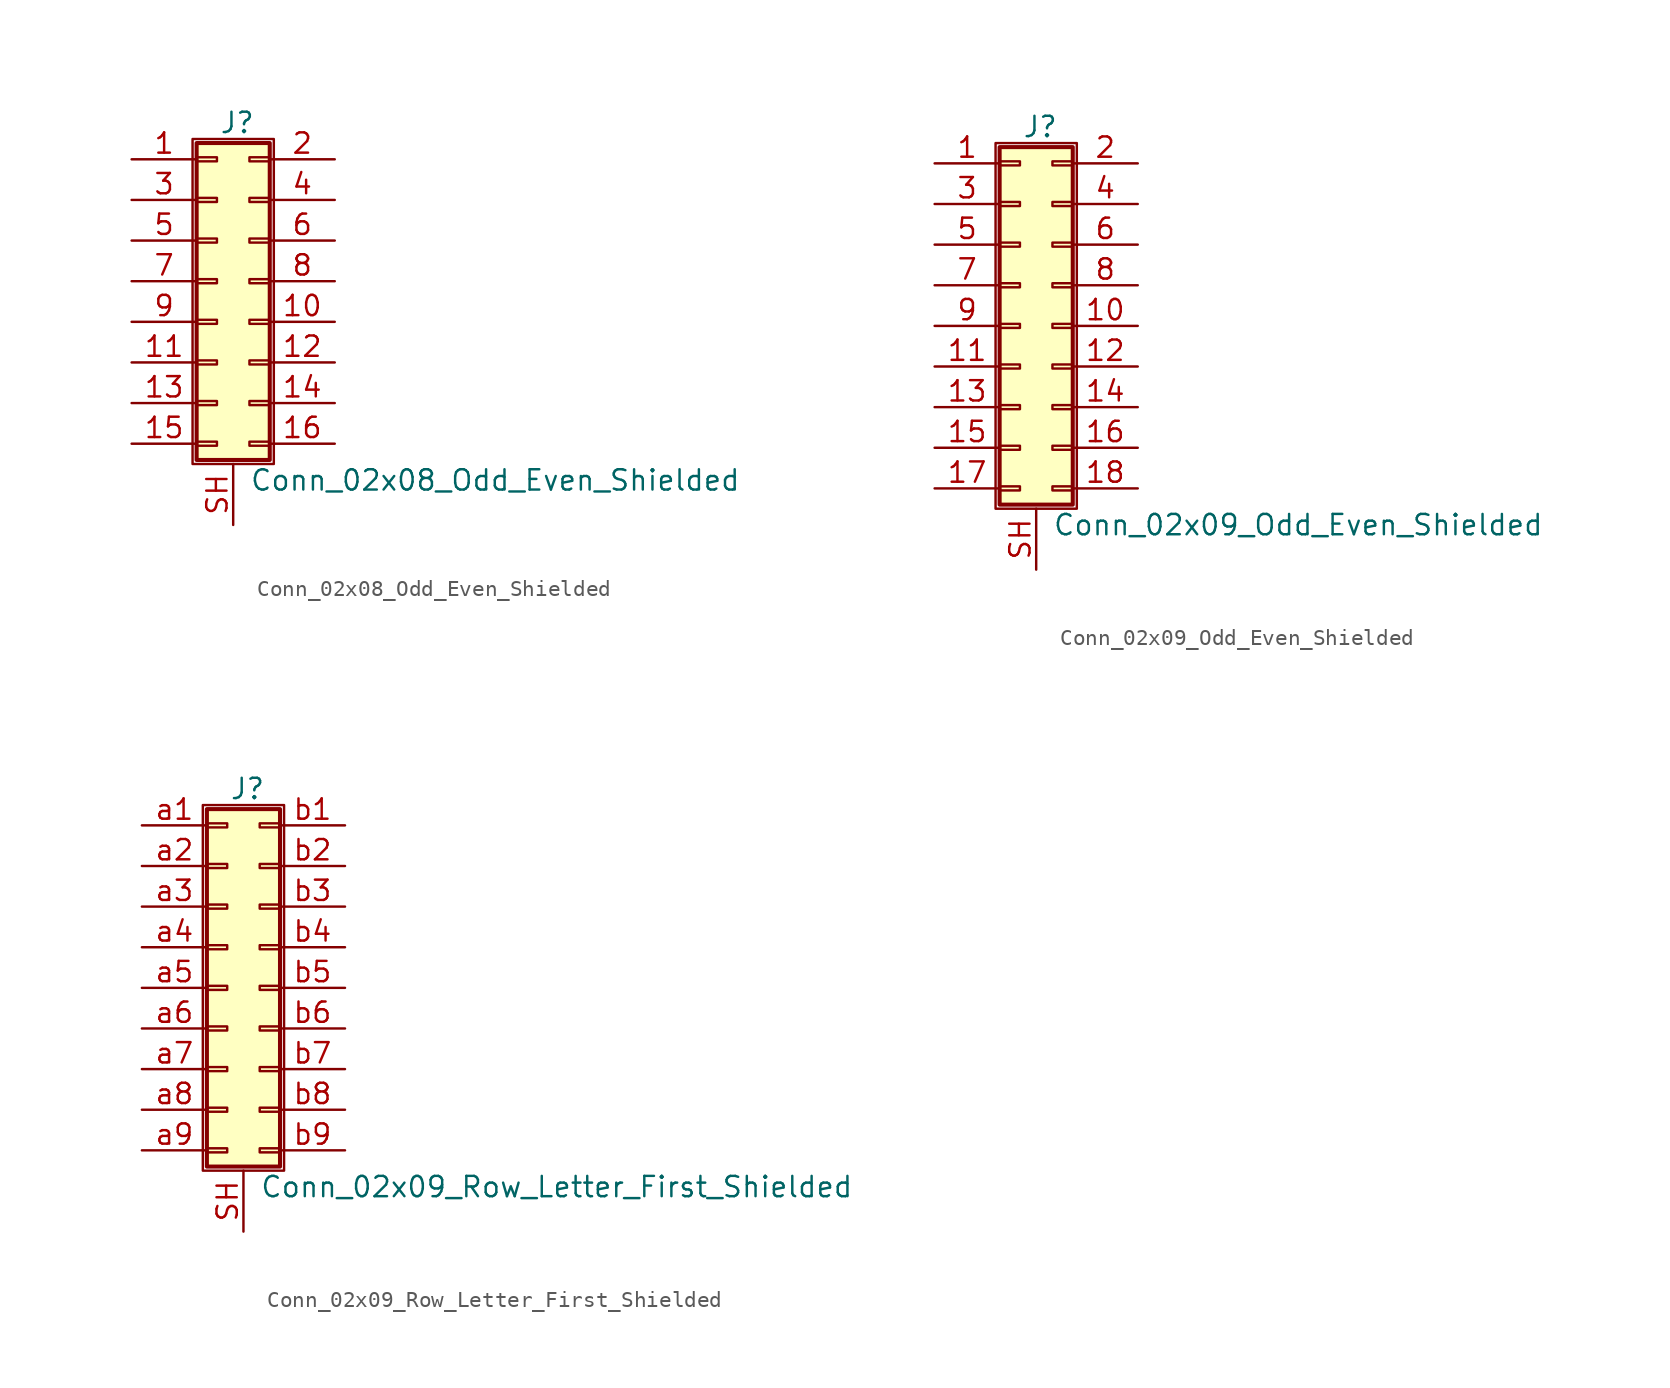
<source format=kicad_sym>
(kicad_symbol_lib
  (version 20220914)
  (generator kicad_symbol_editor)
  (symbol "Conn_02x08_Odd_Even_Shielded"
    (pin_names
      (offset 1.016) hide)
    (property "Reference" "J"
      (at 1.524 9.906 0)
      (effects (font (size 1.27 1.27))))
    (property "Value" "Conn_02x08_Odd_Even_Shielded"
      (at 2.286 -12.446 0)
      (effects (font (size 1.27 1.27)) (justify left)))
    (symbol "Conn_02x08_Odd_Even_Shielded_1_1"
      (rectangle (start -1.27 8.89) (end 3.81 -11.43) (stroke (width 0.152) (type default)) (fill (type none)))
      (rectangle (start -1.016 -10.033) (end 0.254 -10.287) (stroke (width 0.152) (type default)) (fill (type none)))
      (rectangle (start -1.016 -7.493) (end 0.254 -7.747) (stroke (width 0.152) (type default)) (fill (type none)))
      (rectangle (start -1.016 -4.953) (end 0.254 -5.207) (stroke (width 0.152) (type default)) (fill (type none)))
      (rectangle (start -1.016 -2.413) (end 0.254 -2.667) (stroke (width 0.152) (type default)) (fill (type none)))
      (rectangle (start -1.016 0.127) (end 0.254 -0.127) (stroke (width 0.152) (type default)) (fill (type none)))
      (rectangle (start -1.016 2.667) (end 0.254 2.413) (stroke (width 0.152) (type default)) (fill (type none)))
      (rectangle (start -1.016 5.207) (end 0.254 4.953) (stroke (width 0.152) (type default)) (fill (type none)))
      (rectangle (start -1.016 7.747) (end 0.254 7.493) (stroke (width 0.152) (type default)) (fill (type none)))
      (rectangle (start -1.016 8.636) (end 3.556 -11.176) (stroke (width 0.254) (type default)) (fill (type background)))
      (rectangle (start 3.556 -10.033) (end 2.286 -10.287) (stroke (width 0.152) (type default)) (fill (type none)))
      (rectangle (start 3.556 -7.493) (end 2.286 -7.747) (stroke (width 0.152) (type default)) (fill (type none)))
      (rectangle (start 3.556 -4.953) (end 2.286 -5.207) (stroke (width 0.152) (type default)) (fill (type none)))
      (rectangle (start 3.556 -2.413) (end 2.286 -2.667) (stroke (width 0.152) (type default)) (fill (type none)))
      (rectangle (start 3.556 0.127) (end 2.286 -0.127) (stroke (width 0.152) (type default)) (fill (type none)))
      (rectangle (start 3.556 2.667) (end 2.286 2.413) (stroke (width 0.152) (type default)) (fill (type none)))
      (rectangle (start 3.556 5.207) (end 2.286 4.953) (stroke (width 0.152) (type default)) (fill (type none)))
      (rectangle (start 3.556 7.747) (end 2.286 7.493) (stroke (width 0.152) (type default)) (fill (type none)))
      (pin passive line (at -5.08 7.62 0) (length 4.064) (name "Pin_1" (effects (font (size 1.27 1.27)))) (number "1" (effects (font (size 1.27 1.27)))))
      (pin passive line (at 7.62 -2.54 180) (length 4.064) (name "Pin_10" (effects (font (size 1.27 1.27)))) (number "10" (effects (font (size 1.27 1.27)))))
      (pin passive line (at -5.08 -5.08 0) (length 4.064) (name "Pin_11" (effects (font (size 1.27 1.27)))) (number "11" (effects (font (size 1.27 1.27)))))
      (pin passive line (at 7.62 -5.08 180) (length 4.064) (name "Pin_12" (effects (font (size 1.27 1.27)))) (number "12" (effects (font (size 1.27 1.27)))))
      (pin passive line (at -5.08 -7.62 0) (length 4.064) (name "Pin_13" (effects (font (size 1.27 1.27)))) (number "13" (effects (font (size 1.27 1.27)))))
      (pin passive line (at 7.62 -7.62 180) (length 4.064) (name "Pin_14" (effects (font (size 1.27 1.27)))) (number "14" (effects (font (size 1.27 1.27)))))
      (pin passive line (at -5.08 -10.16 0) (length 4.064) (name "Pin_15" (effects (font (size 1.27 1.27)))) (number "15" (effects (font (size 1.27 1.27)))))
      (pin passive line (at 7.62 -10.16 180) (length 4.064) (name "Pin_16" (effects (font (size 1.27 1.27)))) (number "16" (effects (font (size 1.27 1.27)))))
      (pin passive line (at 7.62 7.62 180) (length 4.064) (name "Pin_2" (effects (font (size 1.27 1.27)))) (number "2" (effects (font (size 1.27 1.27)))))
      (pin passive line (at -5.08 5.08 0) (length 4.064) (name "Pin_3" (effects (font (size 1.27 1.27)))) (number "3" (effects (font (size 1.27 1.27)))))
      (pin passive line (at 7.62 5.08 180) (length 4.064) (name "Pin_4" (effects (font (size 1.27 1.27)))) (number "4" (effects (font (size 1.27 1.27)))))
      (pin passive line (at -5.08 2.54 0) (length 4.064) (name "Pin_5" (effects (font (size 1.27 1.27)))) (number "5" (effects (font (size 1.27 1.27)))))
      (pin passive line (at 7.62 2.54 180) (length 4.064) (name "Pin_6" (effects (font (size 1.27 1.27)))) (number "6" (effects (font (size 1.27 1.27)))))
      (pin passive line (at -5.08 0 0) (length 4.064) (name "Pin_7" (effects (font (size 1.27 1.27)))) (number "7" (effects (font (size 1.27 1.27)))))
      (pin passive line (at 7.62 0 180) (length 4.064) (name "Pin_8" (effects (font (size 1.27 1.27)))) (number "8" (effects (font (size 1.27 1.27)))))
      (pin passive line (at -5.08 -2.54 0) (length 4.064) (name "Pin_9" (effects (font (size 1.27 1.27)))) (number "9" (effects (font (size 1.27 1.27)))))
      (pin passive line (at 1.27 -15.24 90) (length 3.81) (name "Shield" (effects (font (size 1.27 1.27)))) (number "SH" (effects (font (size 1.27 1.27)))))))
  (symbol "Conn_02x09_Odd_Even_Shielded"
    (pin_names
      (offset 1.016) hide)
    (property "Reference" "J"
      (at 1.524 12.446 0)
      (effects (font (size 1.27 1.27))))
    (property "Value" "Conn_02x09_Odd_Even_Shielded"
      (at 2.286 -12.446 0)
      (effects (font (size 1.27 1.27)) (justify left)))
    (symbol "Conn_02x09_Odd_Even_Shielded_1_1"
      (rectangle (start -1.27 11.43) (end 3.81 -11.43) (stroke (width 0.152) (type default)) (fill (type none)))
      (rectangle (start -1.016 -10.033) (end 0.254 -10.287) (stroke (width 0.152) (type default)) (fill (type none)))
      (rectangle (start -1.016 -7.493) (end 0.254 -7.747) (stroke (width 0.152) (type default)) (fill (type none)))
      (rectangle (start -1.016 -4.953) (end 0.254 -5.207) (stroke (width 0.152) (type default)) (fill (type none)))
      (rectangle (start -1.016 -2.413) (end 0.254 -2.667) (stroke (width 0.152) (type default)) (fill (type none)))
      (rectangle (start -1.016 0.127) (end 0.254 -0.127) (stroke (width 0.152) (type default)) (fill (type none)))
      (rectangle (start -1.016 2.667) (end 0.254 2.413) (stroke (width 0.152) (type default)) (fill (type none)))
      (rectangle (start -1.016 5.207) (end 0.254 4.953) (stroke (width 0.152) (type default)) (fill (type none)))
      (rectangle (start -1.016 7.747) (end 0.254 7.493) (stroke (width 0.152) (type default)) (fill (type none)))
      (rectangle (start -1.016 10.287) (end 0.254 10.033) (stroke (width 0.152) (type default)) (fill (type none)))
      (rectangle (start -1.016 11.176) (end 3.556 -11.176) (stroke (width 0.254) (type default)) (fill (type background)))
      (rectangle (start 3.556 -10.033) (end 2.286 -10.287) (stroke (width 0.152) (type default)) (fill (type none)))
      (rectangle (start 3.556 -7.493) (end 2.286 -7.747) (stroke (width 0.152) (type default)) (fill (type none)))
      (rectangle (start 3.556 -4.953) (end 2.286 -5.207) (stroke (width 0.152) (type default)) (fill (type none)))
      (rectangle (start 3.556 -2.413) (end 2.286 -2.667) (stroke (width 0.152) (type default)) (fill (type none)))
      (rectangle (start 3.556 0.127) (end 2.286 -0.127) (stroke (width 0.152) (type default)) (fill (type none)))
      (rectangle (start 3.556 2.667) (end 2.286 2.413) (stroke (width 0.152) (type default)) (fill (type none)))
      (rectangle (start 3.556 5.207) (end 2.286 4.953) (stroke (width 0.152) (type default)) (fill (type none)))
      (rectangle (start 3.556 7.747) (end 2.286 7.493) (stroke (width 0.152) (type default)) (fill (type none)))
      (rectangle (start 3.556 10.287) (end 2.286 10.033) (stroke (width 0.152) (type default)) (fill (type none)))
      (pin passive line (at -5.08 10.16 0) (length 4.064) (name "Pin_1" (effects (font (size 1.27 1.27)))) (number "1" (effects (font (size 1.27 1.27)))))
      (pin passive line (at 7.62 0 180) (length 4.064) (name "Pin_10" (effects (font (size 1.27 1.27)))) (number "10" (effects (font (size 1.27 1.27)))))
      (pin passive line (at -5.08 -2.54 0) (length 4.064) (name "Pin_11" (effects (font (size 1.27 1.27)))) (number "11" (effects (font (size 1.27 1.27)))))
      (pin passive line (at 7.62 -2.54 180) (length 4.064) (name "Pin_12" (effects (font (size 1.27 1.27)))) (number "12" (effects (font (size 1.27 1.27)))))
      (pin passive line (at -5.08 -5.08 0) (length 4.064) (name "Pin_13" (effects (font (size 1.27 1.27)))) (number "13" (effects (font (size 1.27 1.27)))))
      (pin passive line (at 7.62 -5.08 180) (length 4.064) (name "Pin_14" (effects (font (size 1.27 1.27)))) (number "14" (effects (font (size 1.27 1.27)))))
      (pin passive line (at -5.08 -7.62 0) (length 4.064) (name "Pin_15" (effects (font (size 1.27 1.27)))) (number "15" (effects (font (size 1.27 1.27)))))
      (pin passive line (at 7.62 -7.62 180) (length 4.064) (name "Pin_16" (effects (font (size 1.27 1.27)))) (number "16" (effects (font (size 1.27 1.27)))))
      (pin passive line (at -5.08 -10.16 0) (length 4.064) (name "Pin_17" (effects (font (size 1.27 1.27)))) (number "17" (effects (font (size 1.27 1.27)))))
      (pin passive line (at 7.62 -10.16 180) (length 4.064) (name "Pin_18" (effects (font (size 1.27 1.27)))) (number "18" (effects (font (size 1.27 1.27)))))
      (pin passive line (at 7.62 10.16 180) (length 4.064) (name "Pin_2" (effects (font (size 1.27 1.27)))) (number "2" (effects (font (size 1.27 1.27)))))
      (pin passive line (at -5.08 7.62 0) (length 4.064) (name "Pin_3" (effects (font (size 1.27 1.27)))) (number "3" (effects (font (size 1.27 1.27)))))
      (pin passive line (at 7.62 7.62 180) (length 4.064) (name "Pin_4" (effects (font (size 1.27 1.27)))) (number "4" (effects (font (size 1.27 1.27)))))
      (pin passive line (at -5.08 5.08 0) (length 4.064) (name "Pin_5" (effects (font (size 1.27 1.27)))) (number "5" (effects (font (size 1.27 1.27)))))
      (pin passive line (at 7.62 5.08 180) (length 4.064) (name "Pin_6" (effects (font (size 1.27 1.27)))) (number "6" (effects (font (size 1.27 1.27)))))
      (pin passive line (at -5.08 2.54 0) (length 4.064) (name "Pin_7" (effects (font (size 1.27 1.27)))) (number "7" (effects (font (size 1.27 1.27)))))
      (pin passive line (at 7.62 2.54 180) (length 4.064) (name "Pin_8" (effects (font (size 1.27 1.27)))) (number "8" (effects (font (size 1.27 1.27)))))
      (pin passive line (at -5.08 0 0) (length 4.064) (name "Pin_9" (effects (font (size 1.27 1.27)))) (number "9" (effects (font (size 1.27 1.27)))))
      (pin passive line (at 1.27 -15.24 90) (length 3.81) (name "Shield" (effects (font (size 1.27 1.27)))) (number "SH" (effects (font (size 1.27 1.27)))))))
  (symbol "Conn_02x09_Row_Letter_First_Shielded"
    (pin_names
      (offset 1.016) hide)
    (property "Reference" "J"
      (at 1.524 12.446 0)
      (effects (font (size 1.27 1.27))))
    (property "Value" "Conn_02x09_Row_Letter_First_Shielded"
      (at 2.286 -12.446 0)
      (effects (font (size 1.27 1.27)) (justify left)))
    (symbol "Conn_02x09_Row_Letter_First_Shielded_1_1"
      (rectangle (start -1.27 11.43) (end 3.81 -11.43) (stroke (width 0.152) (type default)) (fill (type none)))
      (rectangle (start -1.016 -10.033) (end 0.254 -10.287) (stroke (width 0.152) (type default)) (fill (type none)))
      (rectangle (start -1.016 -7.493) (end 0.254 -7.747) (stroke (width 0.152) (type default)) (fill (type none)))
      (rectangle (start -1.016 -4.953) (end 0.254 -5.207) (stroke (width 0.152) (type default)) (fill (type none)))
      (rectangle (start -1.016 -2.413) (end 0.254 -2.667) (stroke (width 0.152) (type default)) (fill (type none)))
      (rectangle (start -1.016 0.127) (end 0.254 -0.127) (stroke (width 0.152) (type default)) (fill (type none)))
      (rectangle (start -1.016 2.667) (end 0.254 2.413) (stroke (width 0.152) (type default)) (fill (type none)))
      (rectangle (start -1.016 5.207) (end 0.254 4.953) (stroke (width 0.152) (type default)) (fill (type none)))
      (rectangle (start -1.016 7.747) (end 0.254 7.493) (stroke (width 0.152) (type default)) (fill (type none)))
      (rectangle (start -1.016 10.287) (end 0.254 10.033) (stroke (width 0.152) (type default)) (fill (type none)))
      (rectangle (start -1.016 11.176) (end 3.556 -11.176) (stroke (width 0.254) (type default)) (fill (type background)))
      (rectangle (start 3.556 -10.033) (end 2.286 -10.287) (stroke (width 0.152) (type default)) (fill (type none)))
      (rectangle (start 3.556 -7.493) (end 2.286 -7.747) (stroke (width 0.152) (type default)) (fill (type none)))
      (rectangle (start 3.556 -4.953) (end 2.286 -5.207) (stroke (width 0.152) (type default)) (fill (type none)))
      (rectangle (start 3.556 -2.413) (end 2.286 -2.667) (stroke (width 0.152) (type default)) (fill (type none)))
      (rectangle (start 3.556 0.127) (end 2.286 -0.127) (stroke (width 0.152) (type default)) (fill (type none)))
      (rectangle (start 3.556 2.667) (end 2.286 2.413) (stroke (width 0.152) (type default)) (fill (type none)))
      (rectangle (start 3.556 5.207) (end 2.286 4.953) (stroke (width 0.152) (type default)) (fill (type none)))
      (rectangle (start 3.556 7.747) (end 2.286 7.493) (stroke (width 0.152) (type default)) (fill (type none)))
      (rectangle (start 3.556 10.287) (end 2.286 10.033) (stroke (width 0.152) (type default)) (fill (type none)))
      (pin passive line (at 1.27 -15.24 90) (length 3.81) (name "Shield" (effects (font (size 1.27 1.27)))) (number "SH" (effects (font (size 1.27 1.27)))))
      (pin passive line (at -5.08 10.16 0) (length 4.064) (name "Pin_a1" (effects (font (size 1.27 1.27)))) (number "a1" (effects (font (size 1.27 1.27)))))
      (pin passive line (at -5.08 7.62 0) (length 4.064) (name "Pin_a2" (effects (font (size 1.27 1.27)))) (number "a2" (effects (font (size 1.27 1.27)))))
      (pin passive line (at -5.08 5.08 0) (length 4.064) (name "Pin_a3" (effects (font (size 1.27 1.27)))) (number "a3" (effects (font (size 1.27 1.27)))))
      (pin passive line (at -5.08 2.54 0) (length 4.064) (name "Pin_a4" (effects (font (size 1.27 1.27)))) (number "a4" (effects (font (size 1.27 1.27)))))
      (pin passive line (at -5.08 0 0) (length 4.064) (name "Pin_a5" (effects (font (size 1.27 1.27)))) (number "a5" (effects (font (size 1.27 1.27)))))
      (pin passive line (at -5.08 -2.54 0) (length 4.064) (name "Pin_a6" (effects (font (size 1.27 1.27)))) (number "a6" (effects (font (size 1.27 1.27)))))
      (pin passive line (at -5.08 -5.08 0) (length 4.064) (name "Pin_a7" (effects (font (size 1.27 1.27)))) (number "a7" (effects (font (size 1.27 1.27)))))
      (pin passive line (at -5.08 -7.62 0) (length 4.064) (name "Pin_a8" (effects (font (size 1.27 1.27)))) (number "a8" (effects (font (size 1.27 1.27)))))
      (pin passive line (at -5.08 -10.16 0) (length 4.064) (name "Pin_a9" (effects (font (size 1.27 1.27)))) (number "a9" (effects (font (size 1.27 1.27)))))
      (pin passive line (at 7.62 10.16 180) (length 4.064) (name "Pin_b1" (effects (font (size 1.27 1.27)))) (number "b1" (effects (font (size 1.27 1.27)))))
      (pin passive line (at 7.62 7.62 180) (length 4.064) (name "Pin_b2" (effects (font (size 1.27 1.27)))) (number "b2" (effects (font (size 1.27 1.27)))))
      (pin passive line (at 7.62 5.08 180) (length 4.064) (name "Pin_b3" (effects (font (size 1.27 1.27)))) (number "b3" (effects (font (size 1.27 1.27)))))
      (pin passive line (at 7.62 2.54 180) (length 4.064) (name "Pin_b4" (effects (font (size 1.27 1.27)))) (number "b4" (effects (font (size 1.27 1.27)))))
      (pin passive line (at 7.62 0 180) (length 4.064) (name "Pin_b5" (effects (font (size 1.27 1.27)))) (number "b5" (effects (font (size 1.27 1.27)))))
      (pin passive line (at 7.62 -2.54 180) (length 4.064) (name "Pin_b6" (effects (font (size 1.27 1.27)))) (number "b6" (effects (font (size 1.27 1.27)))))
      (pin passive line (at 7.62 -5.08 180) (length 4.064) (name "Pin_b7" (effects (font (size 1.27 1.27)))) (number "b7" (effects (font (size 1.27 1.27)))))
      (pin passive line (at 7.62 -7.62 180) (length 4.064) (name "Pin_b8" (effects (font (size 1.27 1.27)))) (number "b8" (effects (font (size 1.27 1.27)))))
      (pin passive line (at 7.62 -10.16 180) (length 4.064) (name "Pin_b9" (effects (font (size 1.27 1.27)))) (number "b9" (effects (font (size 1.27 1.27))))))))
</source>
